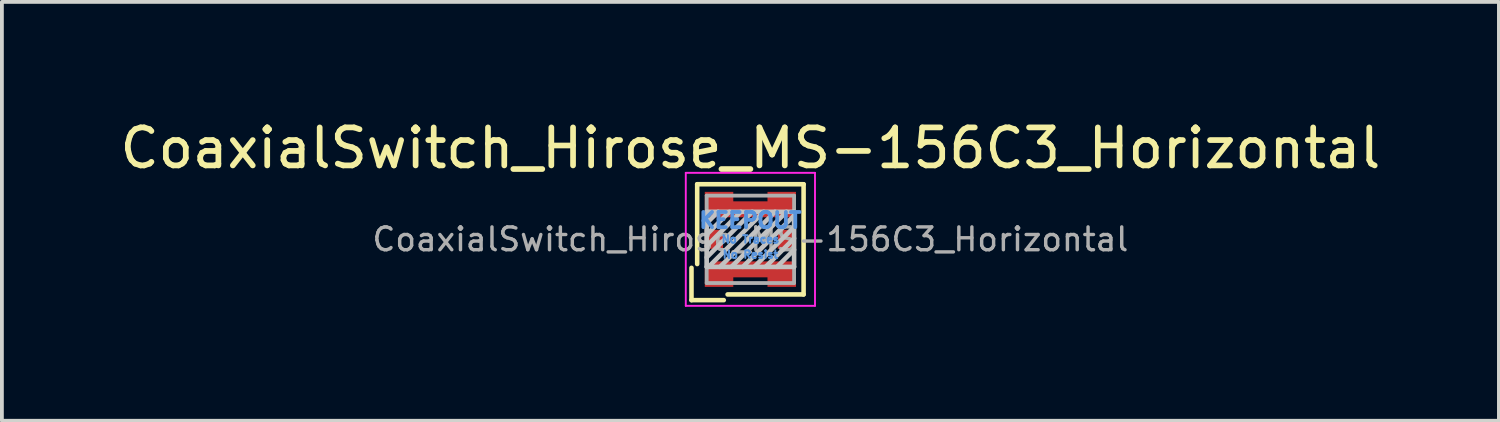
<source format=kicad_pcb>
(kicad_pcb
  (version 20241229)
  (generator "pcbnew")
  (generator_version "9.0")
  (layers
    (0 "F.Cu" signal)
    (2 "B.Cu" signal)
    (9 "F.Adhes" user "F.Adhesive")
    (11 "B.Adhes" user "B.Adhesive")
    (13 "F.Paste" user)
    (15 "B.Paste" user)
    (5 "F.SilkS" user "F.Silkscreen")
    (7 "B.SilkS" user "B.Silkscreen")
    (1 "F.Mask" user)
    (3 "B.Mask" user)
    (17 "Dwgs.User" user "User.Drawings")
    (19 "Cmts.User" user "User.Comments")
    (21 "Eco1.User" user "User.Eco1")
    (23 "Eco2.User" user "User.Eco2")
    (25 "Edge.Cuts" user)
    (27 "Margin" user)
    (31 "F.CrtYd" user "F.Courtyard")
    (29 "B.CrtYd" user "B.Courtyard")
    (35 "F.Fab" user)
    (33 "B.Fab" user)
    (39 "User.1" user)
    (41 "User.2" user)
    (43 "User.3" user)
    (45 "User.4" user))
  (footprint "CoaxialSwitch_Hirose_MS-156C3_Horizontal"
    (layer "F.Cu")
    (at 16.696 3.248)
    (property "Reference" "CoaxialSwitch_Hirose_MS-156C3_Horizontal" (at 0 -2.4 180) (layer "F.SilkS") (effects (font (size 1 1) (thickness 0.15))))
    (attr smd)
    (fp_line (start -1.55 0.75) (end -1.55 1.6) (stroke (width 0.12) (type solid)) (layer "F.SilkS"))
    (fp_line (start -1.55 1.6) (end -0.7 1.6) (stroke (width 0.12) (type solid)) (layer "F.SilkS"))
    (fp_line (start -1.4 -1.45) (end -1.4 0.65) (stroke (width 0.12) (type solid)) (layer "F.SilkS"))
    (fp_line (start -1.4 -1.45) (end 1.4 -1.45) (stroke (width 0.12) (type solid)) (layer "F.SilkS"))
    (fp_line (start 1.4 -1.45) (end 1.4 1.45) (stroke (width 0.12) (type solid)) (layer "F.SilkS"))
    (fp_line (start 1.4 1.45) (end -0.6 1.45) (stroke (width 0.12) (type solid)) (layer "F.SilkS"))
    (fp_line (start -1.15 -0.725) (end 1.15 -0.725) (stroke (width 0.12) (type solid)) (layer "Dwgs.User"))
    (fp_line (start -1.15 0.725) (end -1.15 -0.725) (stroke (width 0.12) (type solid)) (layer "Dwgs.User"))
    (fp_line (start -0.85 -0.725) (end -1.15 -0.425) (stroke (width 0.12) (type solid)) (layer "Dwgs.User"))
    (fp_line (start -0.55 -0.725) (end -1.15 -0.125) (stroke (width 0.12) (type solid)) (layer "Dwgs.User"))
    (fp_line (start -0.25 -0.725) (end -1.15 0.175) (stroke (width 0.12) (type solid)) (layer "Dwgs.User"))
    (fp_line (start 0.05 -0.725) (end -1.15 0.475) (stroke (width 0.12) (type solid)) (layer "Dwgs.User"))
    (fp_line (start 0.35 -0.725) (end -1.1 0.725) (stroke (width 0.12) (type solid)) (layer "Dwgs.User"))
    (fp_line (start 0.65 -0.725) (end -0.8 0.725) (stroke (width 0.12) (type solid)) (layer "Dwgs.User"))
    (fp_line (start 0.95 -0.725) (end -0.5 0.725) (stroke (width 0.12) (type solid)) (layer "Dwgs.User"))
    (fp_line (start 1.15 -0.725) (end 1.15 0.725) (stroke (width 0.12) (type solid)) (layer "Dwgs.User"))
    (fp_line (start 1.15 -0.625) (end -0.2 0.725) (stroke (width 0.12) (type solid)) (layer "Dwgs.User"))
    (fp_line (start 1.15 -0.325) (end 0.1 0.725) (stroke (width 0.12) (type solid)) (layer "Dwgs.User"))
    (fp_line (start 1.15 -0.025) (end 0.4 0.725) (stroke (width 0.12) (type solid)) (layer "Dwgs.User"))
    (fp_line (start 1.15 0.275) (end 0.7 0.725) (stroke (width 0.12) (type solid)) (layer "Dwgs.User"))
    (fp_line (start 1.15 0.725) (end -1.15 0.725) (stroke (width 0.12) (type solid)) (layer "Dwgs.User"))
    (fp_line (start -1.7 -1.75) (end 1.7 -1.75) (stroke (width 0.05) (type solid)) (layer "F.CrtYd"))
    (fp_line (start -1.7 1.75) (end -1.7 -1.75) (stroke (width 0.05) (type solid)) (layer "F.CrtYd"))
    (fp_line (start 1.7 -1.75) (end 1.7 1.75) (stroke (width 0.05) (type solid)) (layer "F.CrtYd"))
    (fp_line (start 1.7 1.75) (end -1.7 1.75) (stroke (width 0.05) (type solid)) (layer "F.CrtYd"))
    (fp_line (start -1.15 -1.15) (end 1.15 -1.15) (stroke (width 0.1) (type solid)) (layer "F.Fab"))
    (fp_line (start -1.15 1.15) (end -1.15 -1.15) (stroke (width 0.1) (type solid)) (layer "F.Fab"))
    (fp_line (start 1.15 -1.15) (end 1.15 1.15) (stroke (width 0.1) (type solid)) (layer "F.Fab"))
    (fp_line (start 1.15 1.15) (end -1.15 1.15) (stroke (width 0.1) (type solid)) (layer "F.Fab"))
    (fp_text user "KEEPOUT" (at 0 -0.5 0) (layer "Cmts.User") (effects (font (size 0.4 0.4) (thickness 0.1))))
    (fp_text user "No Traces" (at 0 0 0) (layer "Cmts.User") (effects (font (size 0.2 0.2) (thickness 0.05))))
    (fp_text user "No Resist" (at 0 0.4 0) (layer "Cmts.User") (effects (font (size 0.2 0.2) (thickness 0.05))))
    (fp_text user "${REFERENCE}" (at 0 0 0) (layer "F.Fab") (effects (font (size 0.6 0.6) (thickness 0.09))))
    (pad "" smd rect (at -1 0 180) (size 0.3 0.4) (layers "F.Paste"))
    (pad "" smd rect (at -0.7 -1 180) (size 0.4 0.4) (layers "F.Paste"))
    (pad "" smd rect (at -0.7 1 180) (size 0.4 0.4) (layers "F.Paste"))
    (pad "" smd rect (at 0 -0.8 180) (size 0.5 0.3) (layers "F.Paste"))
    (pad "" smd rect (at 0 0.8 180) (size 0.5 0.3) (layers "F.Paste"))
    (pad "" smd rect (at 0.7 -1 180) (size 0.4 0.4) (layers "F.Paste"))
    (pad "" smd rect (at 0.7 1 180) (size 0.4 0.4) (layers "F.Paste"))
    (pad "" smd rect (at 1 0 180) (size 0.3 0.4) (layers "F.Paste"))
    (pad "A" smd rect (at 0.96 0) (size 0.48 0.5) (layers "F.Cu" "F.Mask"))
    (pad "C" smd rect (at -0.96 0) (size 0.48 0.5) (layers "F.Cu" "F.Mask"))
    (pad "G" smd custom (at 0 -0.815) (size 0.35 0.35) (layers "F.Cu" "F.Mask") (options (anchor rect)) (primitives (gr_poly (pts (xy -0.45 -0.185) (xy 0.45 -0.185) (xy 0.45 -0.435) (xy 1.2 -0.435) (xy 1.2 0.235) (xy -1 0.235) (xy -1.2 0.035) (xy -1.2 -0.435) (xy -0.45 -0.435)) (width 0) (fill yes))))
    (pad "G" smd custom (at 0 0.815 180) (size 0.35 0.35) (layers "F.Cu" "F.Mask") (options (anchor rect)) (primitives (gr_poly (pts (xy -0.45 -0.185) (xy 0.45 -0.185) (xy 0.45 -0.435) (xy 1.2 -0.435) (xy 1.2 0.035) (xy 1 0.235) (xy -1.2 0.235) (xy -1.2 -0.435) (xy -0.45 -0.435)) (width 0) (fill yes)))))
  (gr_rect
    (start -3 -3)
    (end 36.393 8.023)
    (stroke (width 0.1) (type default))
    (fill no)
    (layer "Edge.Cuts")))
</source>
